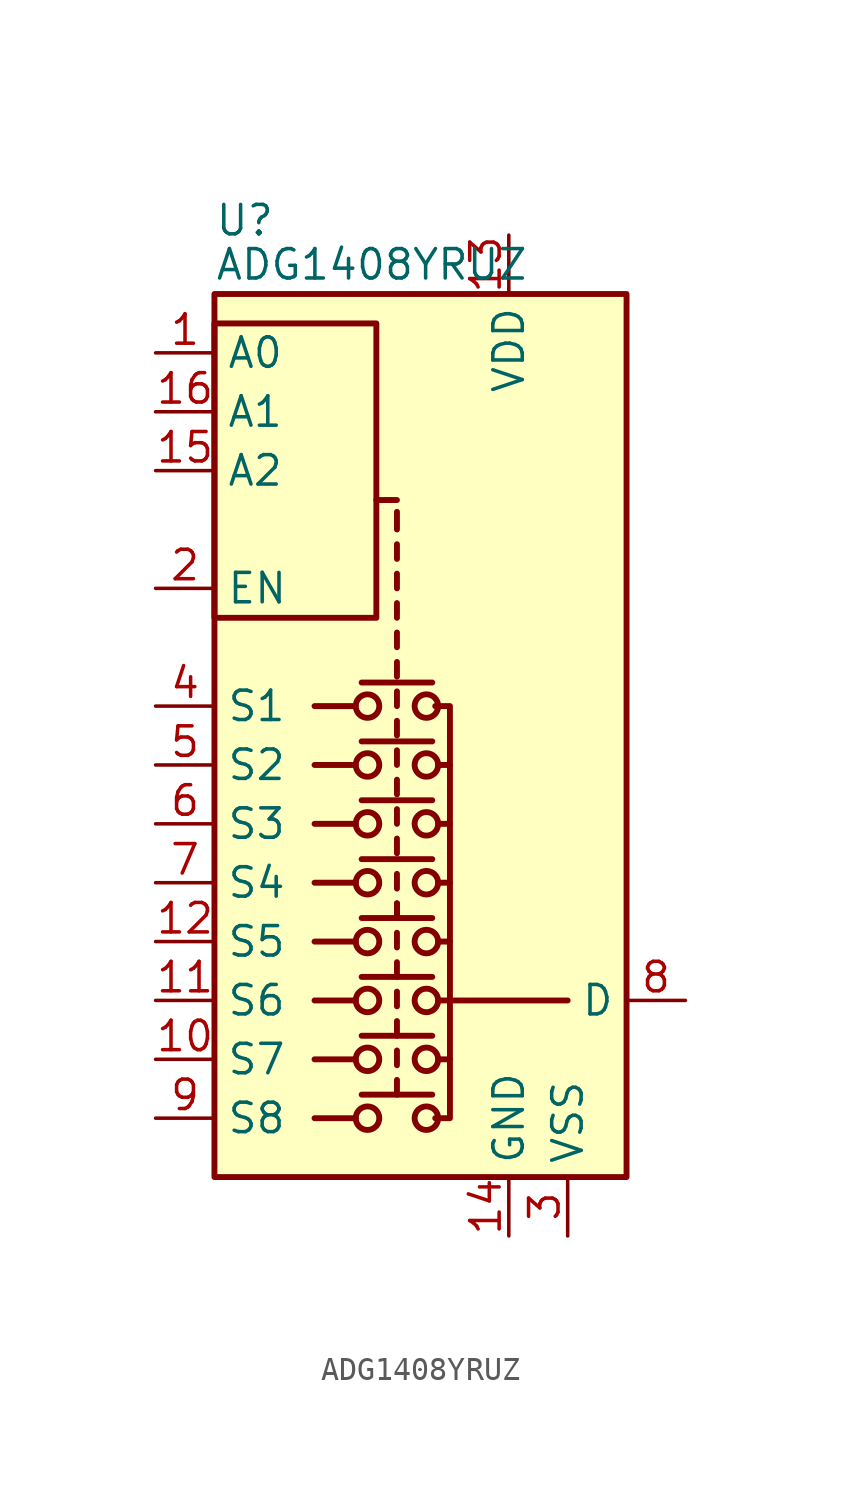
<source format=kicad_sym>
(kicad_symbol_lib
  (version 20200908)
  (generator kicad_symbol_editor)
  (symbol "Analog_Switch:ADG1408YRUZ"
    (property "Reference" "U"
      (at -7.62 23.495 0)
      (effects (font (size 1.27 1.27)) (justify left)))
    (property "Value" "ADG1408YRUZ"
      (at -7.62 21.59 0)
      (effects (font (size 1.27 1.27)) (justify left)))
    (symbol "ADG1408YRUZ_0_1"
      (circle (center -1.016 -15.24) (radius 0.508) (stroke (width 0.254)) (fill (type none)))
      (circle (center -1.016 -12.7) (radius 0.508) (stroke (width 0.254)) (fill (type none)))
      (circle (center -1.016 -10.16) (radius 0.508) (stroke (width 0.254)) (fill (type none)))
      (circle (center -1.016 -7.62) (radius 0.508) (stroke (width 0.254)) (fill (type none)))
      (circle (center -1.016 -5.08) (radius 0.508) (stroke (width 0.254)) (fill (type none)))
      (circle (center -1.016 -2.54) (radius 0.508) (stroke (width 0.254)) (fill (type none)))
      (circle (center -1.016 0) (radius 0.508) (stroke (width 0.254)) (fill (type none)))
      (circle (center -1.016 2.54) (radius 0.508) (stroke (width 0.254)) (fill (type none)))
      (circle (center 1.524 -15.24) (radius 0.508) (stroke (width 0.254)) (fill (type none)))
      (circle (center 1.524 -12.7) (radius 0.508) (stroke (width 0.254)) (fill (type none)))
      (circle (center 1.524 -10.16) (radius 0.508) (stroke (width 0.254)) (fill (type none)))
      (circle (center 1.524 -7.62) (radius 0.508) (stroke (width 0.254)) (fill (type none)))
      (circle (center 1.524 -5.08) (radius 0.508) (stroke (width 0.254)) (fill (type none)))
      (circle (center 1.524 -2.54) (radius 0.508) (stroke (width 0.254)) (fill (type none)))
      (circle (center 1.524 0) (radius 0.508) (stroke (width 0.254)) (fill (type none)))
      (circle (center 1.524 2.54) (radius 0.508) (stroke (width 0.254)) (fill (type none)))
      (rectangle (start -7.62 6.35) (end -0.635 19.05) (stroke (width 0.254)) (fill (type none)))
      (rectangle (start -7.62 20.32) (end 10.16 -17.78) (stroke (width 0.254)) (fill (type background)))
      (polyline (pts (xy -1.524 -15.24) (xy -3.302 -15.24)) (stroke (width 0.254)) (fill (type none)))
      (polyline (pts (xy -1.524 -12.7) (xy -3.302 -12.7)) (stroke (width 0.254)) (fill (type none)))
      (polyline (pts (xy -1.524 -10.16) (xy -3.302 -10.16)) (stroke (width 0.254)) (fill (type none)))
      (polyline (pts (xy -1.524 -7.62) (xy -3.302 -7.62)) (stroke (width 0.254)) (fill (type none)))
      (polyline (pts (xy -1.524 -5.08) (xy -3.302 -5.08)) (stroke (width 0.254)) (fill (type none)))
      (polyline (pts (xy -1.524 -2.54) (xy -3.302 -2.54)) (stroke (width 0.254)) (fill (type none)))
      (polyline (pts (xy -1.524 0) (xy -3.302 0)) (stroke (width 0.254)) (fill (type none)))
      (polyline (pts (xy -1.524 2.54) (xy -3.302 2.54)) (stroke (width 0.254)) (fill (type none)))
      (polyline (pts (xy -1.27 -14.224) (xy 1.778 -14.224)) (stroke (width 0.254)) (fill (type none)))
      (polyline (pts (xy -1.27 -11.684) (xy 1.778 -11.684)) (stroke (width 0.254)) (fill (type none)))
      (polyline (pts (xy -1.27 -9.144) (xy 1.778 -9.144)) (stroke (width 0.254)) (fill (type none)))
      (polyline (pts (xy -1.27 -6.604) (xy 1.778 -6.604)) (stroke (width 0.254)) (fill (type none)))
      (polyline (pts (xy -1.27 -4.064) (xy 1.778 -4.064)) (stroke (width 0.254)) (fill (type none)))
      (polyline (pts (xy -1.27 -1.524) (xy 1.778 -1.524)) (stroke (width 0.254)) (fill (type none)))
      (polyline (pts (xy -1.27 1.016) (xy 1.778 1.016)) (stroke (width 0.254)) (fill (type none)))
      (polyline (pts (xy -1.27 3.556) (xy 1.778 3.556)) (stroke (width 0.254)) (fill (type none)))
      (polyline (pts (xy -0.635 11.43) (xy 0 11.43)) (stroke (width 0.254)) (fill (type none)))
      (polyline (pts (xy 0.254 -14.224) (xy 0.254 -13.589)) (stroke (width 0.254)) (fill (type none)))
      (polyline (pts (xy 0.254 -12.954) (xy 0.254 -12.319)) (stroke (width 0.254)) (fill (type none)))
      (polyline (pts (xy 0.254 -11.684) (xy 0.254 -11.049)) (stroke (width 0.254)) (fill (type none)))
      (polyline (pts (xy 0.254 -10.414) (xy 0.254 -9.779)) (stroke (width 0.254)) (fill (type none)))
      (polyline (pts (xy 0.254 -9.144) (xy 0.254 -8.509)) (stroke (width 0.254)) (fill (type none)))
      (polyline (pts (xy 0.254 -7.874) (xy 0.254 -7.239)) (stroke (width 0.254)) (fill (type none)))
      (polyline (pts (xy 0.254 -6.604) (xy 0.254 -5.969)) (stroke (width 0.254)) (fill (type none)))
      (polyline (pts (xy 0.254 -6.604) (xy 0.254 -5.969)) (stroke (width 0.254)) (fill (type none)))
      (polyline (pts (xy 0.254 -5.334) (xy 0.254 -4.699)) (stroke (width 0.254)) (fill (type none)))
      (polyline (pts (xy 0.254 -3.81) (xy 0.254 -3.175)) (stroke (width 0.254)) (fill (type none)))
      (polyline (pts (xy 0.254 -2.54) (xy 0.254 -1.905)) (stroke (width 0.254)) (fill (type none)))
      (polyline (pts (xy 0.254 -1.27) (xy 0.254 -0.635)) (stroke (width 0.254)) (fill (type none)))
      (polyline (pts (xy 0.254 0) (xy 0.254 0.635)) (stroke (width 0.254)) (fill (type none)))
      (polyline (pts (xy 0.254 1.27) (xy 0.254 1.905)) (stroke (width 0.254)) (fill (type none)))
      (polyline (pts (xy 0.254 2.54) (xy 0.254 3.175)) (stroke (width 0.254)) (fill (type none)))
      (polyline (pts (xy 0.254 3.81) (xy 0.254 4.445)) (stroke (width 0.254)) (fill (type none)))
      (polyline (pts (xy 0.254 5.08) (xy 0.254 5.715)) (stroke (width 0.254)) (fill (type none)))
      (polyline (pts (xy 0.254 6.35) (xy 0.254 6.985)) (stroke (width 0.254)) (fill (type none)))
      (polyline (pts (xy 0.254 7.62) (xy 0.254 8.255)) (stroke (width 0.254)) (fill (type none)))
      (polyline (pts (xy 0.254 8.89) (xy 0.254 9.525)) (stroke (width 0.254)) (fill (type none)))
      (polyline (pts (xy 0.254 10.16) (xy 0.254 10.922)) (stroke (width 0.254)) (fill (type none)))
      (polyline (pts (xy 0.254 11.43) (xy 0 11.43)) (stroke (width 0.254)) (fill (type none)))
      (polyline (pts (xy 2.032 -12.7) (xy 2.54 -12.7)) (stroke (width 0.254)) (fill (type none)))
      (polyline (pts (xy 2.032 -10.16) (xy 2.54 -10.16)) (stroke (width 0.254)) (fill (type none)))
      (polyline (pts (xy 2.032 -7.62) (xy 2.54 -7.62)) (stroke (width 0.254)) (fill (type none)))
      (polyline (pts (xy 2.032 -5.08) (xy 2.54 -5.08)) (stroke (width 0.254)) (fill (type none)))
      (polyline (pts (xy 2.032 -2.54) (xy 2.54 -2.54)) (stroke (width 0.254)) (fill (type none)))
      (polyline (pts (xy 2.032 0) (xy 2.54 0)) (stroke (width 0.254)) (fill (type none)))
      (polyline (pts (xy 2.54 -10.16) (xy 7.62 -10.16)) (stroke (width 0.254)) (fill (type none)))
      (polyline (pts (xy 1.905 2.54) (xy 2.54 2.54) (xy 2.54 -15.24) (xy 1.905 -15.24)) (stroke (width 0.254)) (fill (type none))))
    (symbol "ADG1408YRUZ_0_0"
      (pin power_in line (at 5.08 -20.32 90) (length 2.54) (name "GND" (effects (font (size 1.27 1.27)))) (number "14" (effects (font (size 1.27 1.27))))))
    (symbol "ADG1408YRUZ_1_1"
      (pin input line (at -10.16 17.78 0) (length 2.54) (name "A0" (effects (font (size 1.27 1.27)))) (number "1" (effects (font (size 1.27 1.27)))))
      (pin bidirectional line (at -10.16 -12.7 0) (length 2.54) (name "S7" (effects (font (size 1.27 1.27)))) (number "10" (effects (font (size 1.27 1.27)))))
      (pin bidirectional line (at -10.16 -10.16 0) (length 2.54) (name "S6" (effects (font (size 1.27 1.27)))) (number "11" (effects (font (size 1.27 1.27)))))
      (pin bidirectional line (at -10.16 -7.62 0) (length 2.54) (name "S5" (effects (font (size 1.27 1.27)))) (number "12" (effects (font (size 1.27 1.27)))))
      (pin power_in line (at 5.08 22.86 270) (length 2.54) (name "VDD" (effects (font (size 1.27 1.27)))) (number "13" (effects (font (size 1.27 1.27)))))
      (pin input line (at -10.16 12.7 0) (length 2.54) (name "A2" (effects (font (size 1.27 1.27)))) (number "15" (effects (font (size 1.27 1.27)))))
      (pin input line (at -10.16 15.24 0) (length 2.54) (name "A1" (effects (font (size 1.27 1.27)))) (number "16" (effects (font (size 1.27 1.27)))))
      (pin input line (at -10.16 7.62 0) (length 2.54) (name "EN" (effects (font (size 1.27 1.27)))) (number "2" (effects (font (size 1.27 1.27)))))
      (pin power_in line (at 7.62 -20.32 90) (length 2.54) (name "VSS" (effects (font (size 1.27 1.27)))) (number "3" (effects (font (size 1.27 1.27)))))
      (pin bidirectional line (at -10.16 2.54 0) (length 2.54) (name "S1" (effects (font (size 1.27 1.27)))) (number "4" (effects (font (size 1.27 1.27)))))
      (pin bidirectional line (at -10.16 0 0) (length 2.54) (name "S2" (effects (font (size 1.27 1.27)))) (number "5" (effects (font (size 1.27 1.27)))))
      (pin bidirectional line (at -10.16 -2.54 0) (length 2.54) (name "S3" (effects (font (size 1.27 1.27)))) (number "6" (effects (font (size 1.27 1.27)))))
      (pin bidirectional line (at -10.16 -5.08 0) (length 2.54) (name "S4" (effects (font (size 1.27 1.27)))) (number "7" (effects (font (size 1.27 1.27)))))
      (pin bidirectional line (at 12.7 -10.16 180) (length 2.54) (name "D" (effects (font (size 1.27 1.27)))) (number "8" (effects (font (size 1.27 1.27)))))
      (pin bidirectional line (at -10.16 -15.24 0) (length 2.54) (name "S8" (effects (font (size 1.27 1.27)))) (number "9" (effects (font (size 1.27 1.27))))))))
</source>
